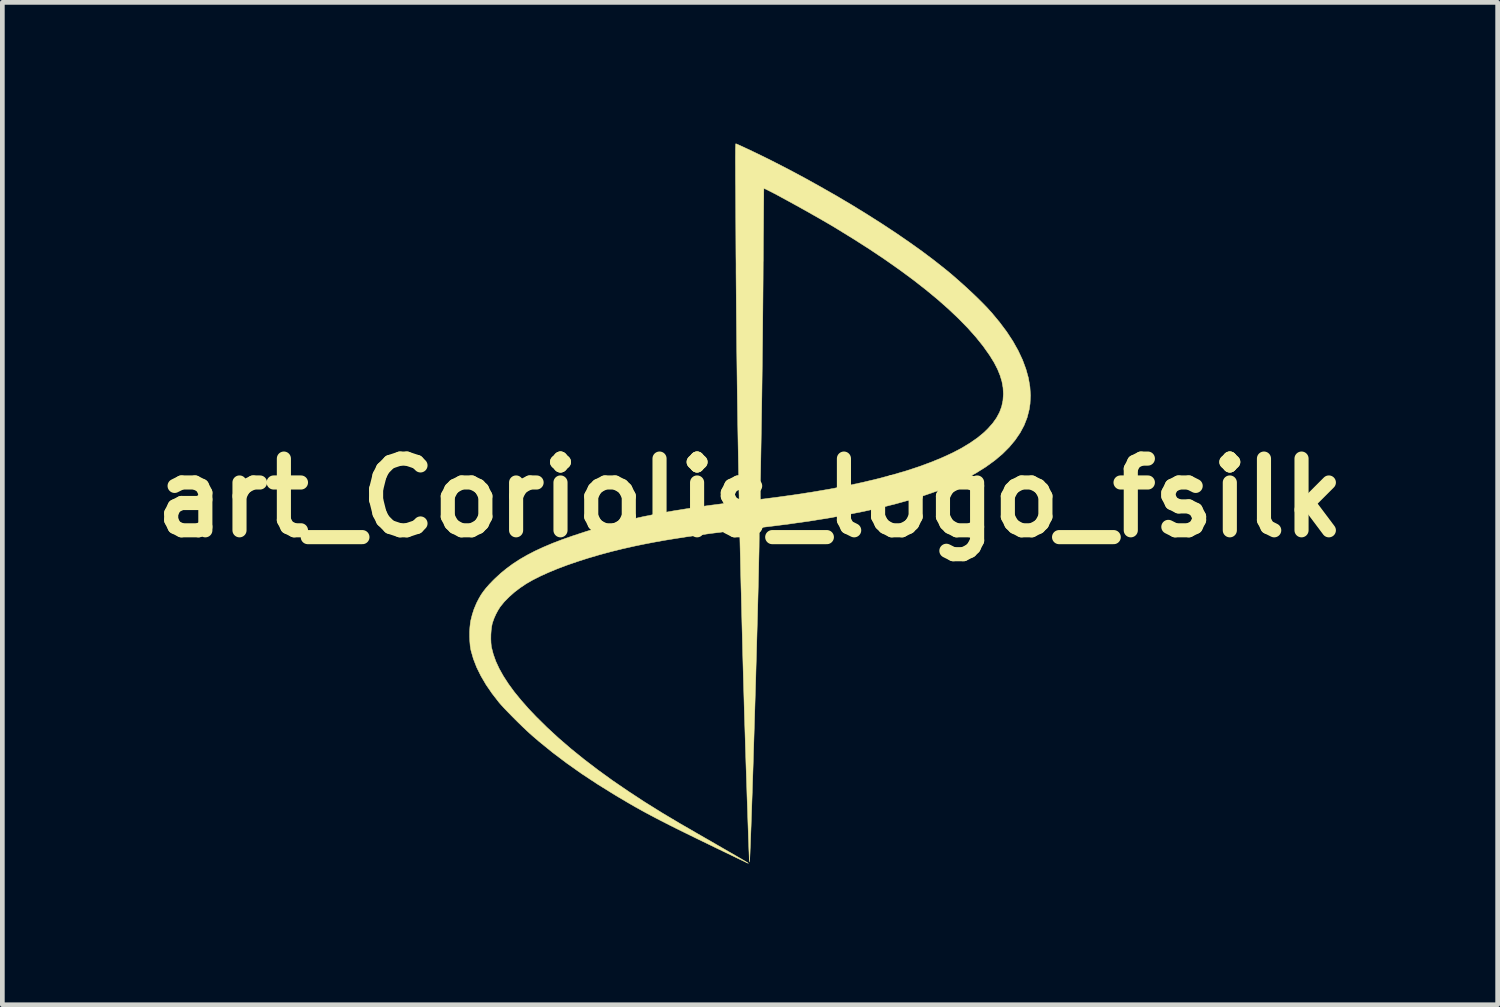
<source format=kicad_pcb>
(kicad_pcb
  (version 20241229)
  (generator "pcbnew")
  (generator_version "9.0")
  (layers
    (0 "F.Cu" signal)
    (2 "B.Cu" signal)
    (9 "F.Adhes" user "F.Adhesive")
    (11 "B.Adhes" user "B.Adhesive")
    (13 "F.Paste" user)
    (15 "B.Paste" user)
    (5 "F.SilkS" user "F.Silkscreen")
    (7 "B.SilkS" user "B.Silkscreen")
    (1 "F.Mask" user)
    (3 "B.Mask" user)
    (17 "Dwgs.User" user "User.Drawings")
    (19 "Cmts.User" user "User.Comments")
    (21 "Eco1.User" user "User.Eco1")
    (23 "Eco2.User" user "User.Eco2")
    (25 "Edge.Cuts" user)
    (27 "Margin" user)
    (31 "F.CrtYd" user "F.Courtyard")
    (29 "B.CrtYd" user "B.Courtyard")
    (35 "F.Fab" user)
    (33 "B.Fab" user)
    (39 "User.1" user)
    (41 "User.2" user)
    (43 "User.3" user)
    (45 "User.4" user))
  (footprint "art_Coriolis_logo_fsilk"
    (layer "F.Cu")
    (at 12.905 8.144)
    (property "Reference" "art_Coriolis_logo_fsilk" (at -0.016 -0.614 0) (layer "F.SilkS") (effects (font (size 1.524 1.524) (thickness 0.3))))
    (attr through_hole)
    (fp_poly (pts (xy -0.011 -0.493) (xy -0.016 -0.488) (xy -0.021 -0.493) (xy -0.016 -0.498) (xy -0.011 -0.493)) (stroke (width 0.01) (type solid)) (fill yes) (layer "F.Mask"))
    (fp_poly (pts (xy -0.305 -8.135) (xy -0.274 -8.122) (xy -0.23 -8.102) (xy -0.173 -8.076) (xy -0.107 -8.045) (xy -0.033 -8.011) (xy 0.046 -7.973) (xy 0.128 -7.934) (xy 0.21 -7.894) (xy 0.29 -7.855) (xy 0.367 -7.817) (xy 0.433 -7.784) (xy 0.784 -7.604) (xy 1.133 -7.418) (xy 1.477 -7.227) (xy 1.816 -7.034) (xy 2.147 -6.838) (xy 2.469 -6.64) (xy 2.781 -6.442) (xy 3.08 -6.245) (xy 3.365 -6.049) (xy 3.636 -5.856) (xy 3.889 -5.666) (xy 4.123 -5.481) (xy 4.153 -5.457) (xy 4.285 -5.347) (xy 4.418 -5.231) (xy 4.551 -5.112) (xy 4.681 -4.992) (xy 4.805 -4.874) (xy 4.919 -4.761) (xy 5.023 -4.654) (xy 5.111 -4.557) (xy 5.116 -4.552) (xy 5.287 -4.346) (xy 5.439 -4.143) (xy 5.571 -3.942) (xy 5.683 -3.742) (xy 5.775 -3.546) (xy 5.847 -3.352) (xy 5.9 -3.162) (xy 5.932 -2.975) (xy 5.944 -2.792) (xy 5.935 -2.613) (xy 5.916 -2.488) (xy 5.873 -2.32) (xy 5.809 -2.156) (xy 5.724 -1.997) (xy 5.619 -1.843) (xy 5.494 -1.693) (xy 5.349 -1.548) (xy 5.184 -1.409) (xy 4.999 -1.275) (xy 4.794 -1.146) (xy 4.645 -1.062) (xy 4.434 -0.956) (xy 4.203 -0.854) (xy 3.952 -0.757) (xy 3.681 -0.663) (xy 3.391 -0.573) (xy 3.081 -0.487) (xy 2.753 -0.405) (xy 2.407 -0.328) (xy 2.042 -0.255) (xy 1.659 -0.186) (xy 1.259 -0.122) (xy 0.843 -0.063) (xy 0.568 -0.027) (xy 0.488 -0.017) (xy 0.413 -0.008) (xy 0.346 0.000327) (xy 0.291 0.007) (xy 0.249 0.013) (xy 0.226 0.016) (xy 0.224 0.016) (xy 0.179 0.022) (xy 0.179 0.177) (xy 0.179 0.242) (xy 0.178 0.324) (xy 0.177 0.422) (xy 0.175 0.535) (xy 0.172 0.663) (xy 0.169 0.804) (xy 0.166 0.957) (xy 0.162 1.122) (xy 0.158 1.298) (xy 0.153 1.484) (xy 0.148 1.678) (xy 0.143 1.88) (xy 0.137 2.09) (xy 0.131 2.305) (xy 0.125 2.526) (xy 0.119 2.751) (xy 0.112 2.98) (xy 0.106 3.21) (xy 0.099 3.443) (xy 0.092 3.676) (xy 0.085 3.909) (xy 0.078 4.141) (xy 0.071 4.37) (xy 0.064 4.597) (xy 0.057 4.819) (xy 0.051 5.037) (xy 0.044 5.249) (xy 0.037 5.455) (xy 0.031 5.653) (xy 0.024 5.842) (xy 0.018 6.023) (xy 0.012 6.192) (xy 0.007 6.351) (xy 0.001 6.497) (xy -0.004 6.631) (xy -0.008 6.751) (xy -0.013 6.855) (xy -0.016 6.944) (xy -0.02 7.017) (xy -0.023 7.071) (xy -0.026 7.108) (xy -0.028 7.124) (xy -0.029 7.122) (xy -0.03 7.104) (xy -0.032 7.066) (xy -0.034 7.009) (xy -0.037 6.935) (xy -0.041 6.846) (xy -0.044 6.742) (xy -0.049 6.624) (xy -0.053 6.495) (xy -0.058 6.355) (xy -0.063 6.205) (xy -0.068 6.048) (xy -0.074 5.884) (xy -0.08 5.715) (xy -0.085 5.542) (xy -0.091 5.366) (xy -0.097 5.189) (xy -0.103 5.011) (xy -0.108 4.835) (xy -0.114 4.661) (xy -0.119 4.492) (xy -0.124 4.327) (xy -0.129 4.169) (xy -0.133 4.053) (xy -0.139 3.848) (xy -0.145 3.625) (xy -0.152 3.388) (xy -0.159 3.141) (xy -0.166 2.887) (xy -0.173 2.629) (xy -0.179 2.372) (xy -0.186 2.118) (xy -0.192 1.871) (xy -0.198 1.635) (xy -0.203 1.413) (xy -0.207 1.285) (xy -0.21 1.158) (xy -0.213 1.03) (xy -0.216 0.903) (xy -0.219 0.78) (xy -0.221 0.664) (xy -0.224 0.559) (xy -0.226 0.466) (xy -0.228 0.39) (xy -0.229 0.343) (xy -0.236 0.067) (xy -0.264 0.07) (xy -0.57 0.107) (xy -0.856 0.143) (xy -1.125 0.18) (xy -1.378 0.216) (xy -1.616 0.253) (xy -1.843 0.29) (xy -2.059 0.329) (xy -2.266 0.369) (xy -2.465 0.41) (xy -2.66 0.454) (xy -2.731 0.47) (xy -2.982 0.532) (xy -3.227 0.599) (xy -3.464 0.669) (xy -3.692 0.742) (xy -3.909 0.817) (xy -4.113 0.894) (xy -4.303 0.973) (xy -4.477 1.052) (xy -4.633 1.131) (xy -4.769 1.209) (xy -4.774 1.212) (xy -4.902 1.298) (xy -5.025 1.392) (xy -5.137 1.492) (xy -5.237 1.593) (xy -5.319 1.694) (xy -5.328 1.706) (xy -5.372 1.776) (xy -5.416 1.858) (xy -5.455 1.945) (xy -5.485 2.029) (xy -5.494 2.058) (xy -5.507 2.124) (xy -5.517 2.204) (xy -5.523 2.292) (xy -5.524 2.382) (xy -5.521 2.467) (xy -5.514 2.54) (xy -5.51 2.562) (xy -5.472 2.709) (xy -5.418 2.861) (xy -5.346 3.016) (xy -5.257 3.175) (xy -5.15 3.34) (xy -5.025 3.511) (xy -4.881 3.687) (xy -4.719 3.871) (xy -4.562 4.036) (xy -4.331 4.264) (xy -4.085 4.491) (xy -3.823 4.717) (xy -3.545 4.942) (xy -3.249 5.168) (xy -2.937 5.394) (xy -2.606 5.62) (xy -2.257 5.849) (xy -1.888 6.079) (xy -1.499 6.311) (xy -1.323 6.412) (xy -1.142 6.517) (xy -0.979 6.611) (xy -0.832 6.695) (xy -0.701 6.771) (xy -0.585 6.838) (xy -0.483 6.897) (xy -0.394 6.948) (xy -0.318 6.992) (xy -0.253 7.03) (xy -0.199 7.061) (xy -0.155 7.087) (xy -0.12 7.108) (xy -0.094 7.124) (xy -0.074 7.136) (xy -0.062 7.145) (xy -0.055 7.15) (xy -0.052 7.153) (xy -0.054 7.153) (xy -0.064 7.148) (xy -0.091 7.136) (xy -0.132 7.116) (xy -0.185 7.091) (xy -0.246 7.062) (xy -0.315 7.029) (xy -0.318 7.027) (xy -0.544 6.918) (xy -0.752 6.818) (xy -0.943 6.725) (xy -1.119 6.64) (xy -1.28 6.561) (xy -1.429 6.488) (xy -1.565 6.421) (xy -1.691 6.358) (xy -1.807 6.299) (xy -1.915 6.244) (xy -2.015 6.192) (xy -2.11 6.142) (xy -2.2 6.094) (xy -2.287 6.047) (xy -2.371 6) (xy -2.454 5.954) (xy -2.537 5.906) (xy -2.622 5.857) (xy -2.709 5.805) (xy -2.8 5.752) (xy -2.885 5.701) (xy -3.245 5.478) (xy -3.587 5.253) (xy -3.91 5.025) (xy -4.216 4.794) (xy -4.506 4.558) (xy -4.633 4.449) (xy -4.697 4.392) (xy -4.77 4.325) (xy -4.849 4.25) (xy -4.931 4.17) (xy -5.013 4.089) (xy -5.093 4.008) (xy -5.169 3.93) (xy -5.238 3.858) (xy -5.296 3.795) (xy -5.343 3.742) (xy -5.351 3.732) (xy -5.498 3.543) (xy -5.626 3.356) (xy -5.735 3.17) (xy -5.825 2.988) (xy -5.895 2.808) (xy -5.945 2.633) (xy -5.95 2.61) (xy -5.963 2.531) (xy -5.971 2.437) (xy -5.975 2.336) (xy -5.975 2.232) (xy -5.969 2.132) (xy -5.959 2.043) (xy -5.951 1.994) (xy -5.919 1.867) (xy -5.882 1.752) (xy -5.835 1.64) (xy -5.823 1.613) (xy -5.779 1.528) (xy -5.734 1.45) (xy -5.683 1.376) (xy -5.625 1.302) (xy -5.557 1.225) (xy -5.476 1.141) (xy -5.434 1.1) (xy -5.315 0.99) (xy -5.189 0.887) (xy -5.056 0.789) (xy -4.912 0.695) (xy -4.758 0.606) (xy -4.591 0.519) (xy -4.41 0.435) (xy -4.214 0.352) (xy -4.002 0.271) (xy -3.771 0.19) (xy -3.521 0.108) (xy -3.46 0.089) (xy -3.175 0.004) (xy -2.883 -0.075) (xy -2.583 -0.149) (xy -2.273 -0.217) (xy -1.951 -0.282) (xy -1.615 -0.342) (xy -1.263 -0.398) (xy -0.893 -0.451) (xy -0.524 -0.499) (xy -0.451 -0.508) (xy -0.384 -0.516) (xy -0.328 -0.523) (xy -0.285 -0.529) (xy -0.257 -0.532) (xy -0.248 -0.534) (xy -0.248 -0.544) (xy -0.248 -0.574) (xy -0.248 -0.62) (xy -0.249 -0.681) (xy -0.25 -0.695) (xy 0.202 -0.695) (xy 0.202 -0.639) (xy 0.204 -0.602) (xy 0.206 -0.584) (xy 0.207 -0.583) (xy 0.22 -0.584) (xy 0.251 -0.588) (xy 0.297 -0.593) (xy 0.356 -0.601) (xy 0.425 -0.61) (xy 0.501 -0.619) (xy 0.508 -0.62) (xy 0.914 -0.676) (xy 1.305 -0.736) (xy 1.679 -0.8) (xy 2.038 -0.87) (xy 2.38 -0.943) (xy 2.706 -1.021) (xy 3.014 -1.103) (xy 3.305 -1.188) (xy 3.578 -1.278) (xy 3.833 -1.372) (xy 4.069 -1.469) (xy 4.286 -1.569) (xy 4.484 -1.673) (xy 4.662 -1.781) (xy 4.82 -1.891) (xy 4.958 -2.005) (xy 5.036 -2.081) (xy 5.14 -2.197) (xy 5.223 -2.314) (xy 5.287 -2.433) (xy 5.332 -2.555) (xy 5.359 -2.683) (xy 5.368 -2.817) (xy 5.368 -2.826) (xy 5.361 -2.955) (xy 5.338 -3.084) (xy 5.299 -3.214) (xy 5.244 -3.349) (xy 5.172 -3.489) (xy 5.081 -3.636) (xy 5.067 -3.657) (xy 4.935 -3.843) (xy 4.782 -4.033) (xy 4.609 -4.227) (xy 4.415 -4.425) (xy 4.203 -4.626) (xy 3.971 -4.831) (xy 3.72 -5.038) (xy 3.45 -5.249) (xy 3.161 -5.462) (xy 2.855 -5.677) (xy 2.53 -5.895) (xy 2.187 -6.114) (xy 1.828 -6.335) (xy 1.797 -6.354) (xy 1.713 -6.404) (xy 1.621 -6.458) (xy 1.522 -6.515) (xy 1.418 -6.575) (xy 1.31 -6.636) (xy 1.2 -6.698) (xy 1.09 -6.76) (xy 0.98 -6.821) (xy 0.873 -6.88) (xy 0.771 -6.936) (xy 0.673 -6.989) (xy 0.583 -7.038) (xy 0.502 -7.081) (xy 0.431 -7.118) (xy 0.371 -7.148) (xy 0.325 -7.171) (xy 0.294 -7.185) (xy 0.279 -7.189) (xy 0.278 -7.189) (xy 0.278 -7.178) (xy 0.277 -7.146) (xy 0.276 -7.096) (xy 0.276 -7.029) (xy 0.275 -6.945) (xy 0.274 -6.845) (xy 0.273 -6.732) (xy 0.272 -6.605) (xy 0.271 -6.467) (xy 0.27 -6.319) (xy 0.268 -6.161) (xy 0.267 -5.994) (xy 0.266 -5.821) (xy 0.265 -5.642) (xy 0.264 -5.636) (xy 0.262 -5.27) (xy 0.259 -4.922) (xy 0.256 -4.589) (xy 0.253 -4.269) (xy 0.25 -3.959) (xy 0.246 -3.656) (xy 0.243 -3.357) (xy 0.239 -3.059) (xy 0.235 -2.76) (xy 0.23 -2.457) (xy 0.225 -2.147) (xy 0.22 -1.827) (xy 0.214 -1.494) (xy 0.208 -1.146) (xy 0.204 -0.961) (xy 0.203 -0.857) (xy 0.202 -0.768) (xy 0.202 -0.695) (xy -0.25 -0.695) (xy -0.251 -0.754) (xy -0.252 -0.838) (xy -0.254 -0.929) (xy -0.255 -0.98) (xy -0.262 -1.348) (xy -0.269 -1.732) (xy -0.276 -2.127) (xy -0.282 -2.53) (xy -0.288 -2.938) (xy -0.293 -3.347) (xy -0.298 -3.753) (xy -0.302 -4.154) (xy -0.306 -4.545) (xy -0.309 -4.923) (xy -0.312 -5.285) (xy -0.313 -5.414) (xy -0.313 -5.586) (xy -0.315 -5.769) (xy -0.316 -5.96) (xy -0.317 -6.157) (xy -0.318 -6.354) (xy -0.319 -6.55) (xy -0.32 -6.739) (xy -0.321 -6.92) (xy -0.322 -7.087) (xy -0.323 -7.239) (xy -0.324 -7.295) (xy -0.325 -7.466) (xy -0.325 -7.615) (xy -0.326 -7.745) (xy -0.326 -7.855) (xy -0.325 -7.946) (xy -0.325 -8.019) (xy -0.323 -8.075) (xy -0.322 -8.113) (xy -0.32 -8.134) (xy -0.318 -8.139) (xy -0.305 -8.135)) (stroke (width 0.01) (type solid)) (fill yes) (layer "F.SilkS")))
  (gr_rect
    (start -3 -3)
    (end 28.777 18.302)
    (stroke (width 0.1) (type default))
    (fill no)
    (layer "Edge.Cuts")))
</source>
